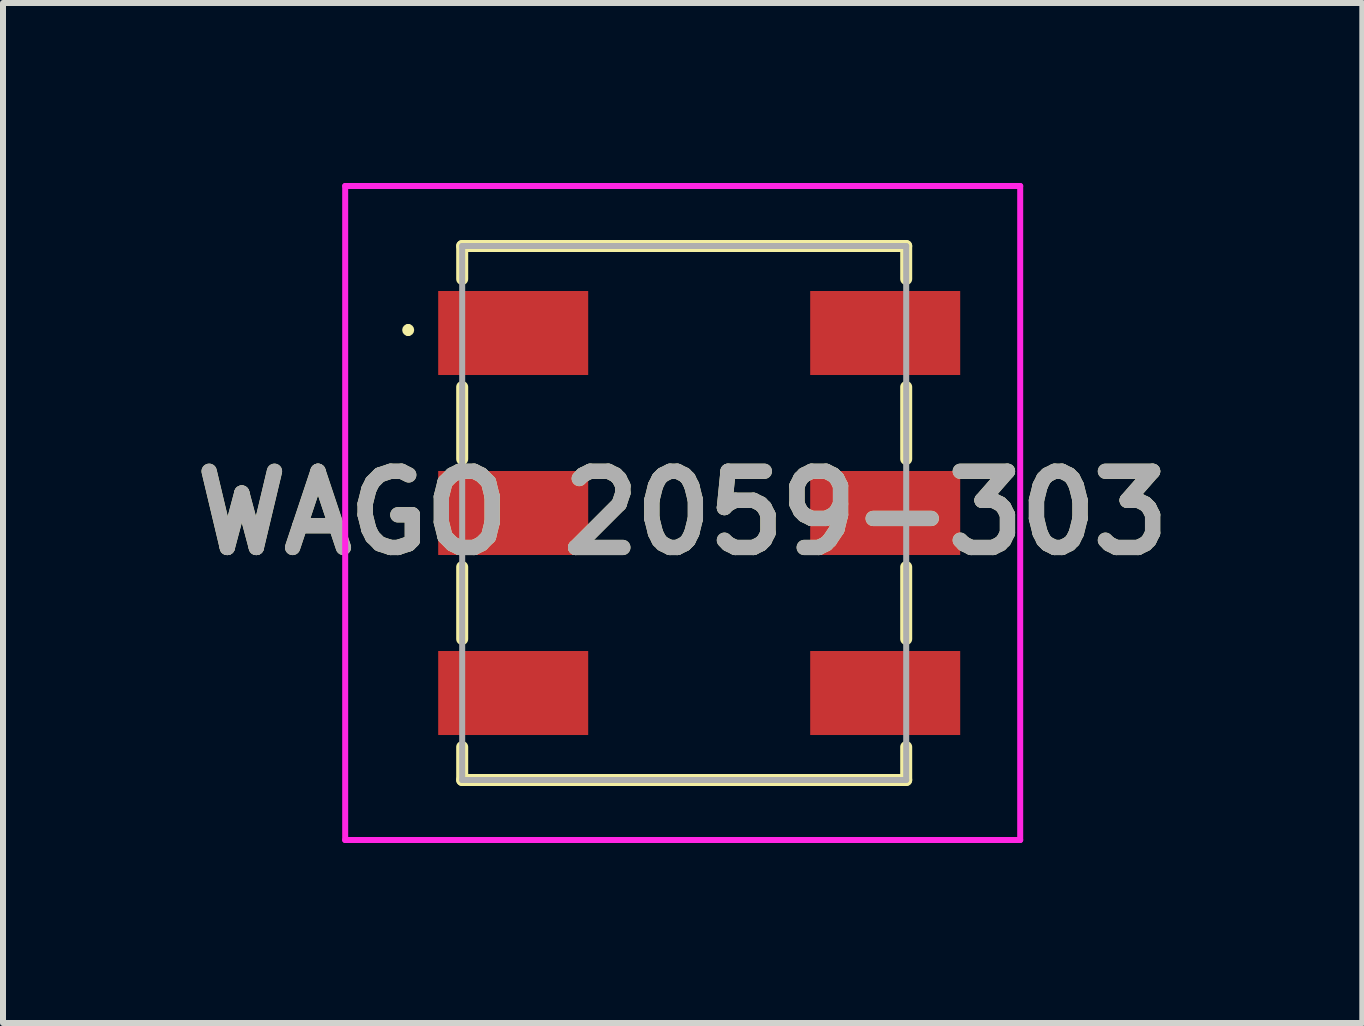
<source format=kicad_pcb>
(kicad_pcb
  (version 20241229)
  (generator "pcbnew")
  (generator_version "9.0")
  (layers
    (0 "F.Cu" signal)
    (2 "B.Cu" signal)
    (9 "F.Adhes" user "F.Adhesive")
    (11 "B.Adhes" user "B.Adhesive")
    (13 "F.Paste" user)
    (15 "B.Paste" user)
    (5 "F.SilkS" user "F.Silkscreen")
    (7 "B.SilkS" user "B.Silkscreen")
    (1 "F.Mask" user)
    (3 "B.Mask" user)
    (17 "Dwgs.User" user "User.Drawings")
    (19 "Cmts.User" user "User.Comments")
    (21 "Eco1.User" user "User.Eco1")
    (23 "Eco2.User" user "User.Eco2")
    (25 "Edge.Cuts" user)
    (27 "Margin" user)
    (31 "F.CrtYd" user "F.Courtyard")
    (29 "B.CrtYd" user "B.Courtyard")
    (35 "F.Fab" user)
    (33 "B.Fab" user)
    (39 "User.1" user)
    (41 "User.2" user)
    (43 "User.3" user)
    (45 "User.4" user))
  (footprint "WAGO 2059-303"
    (layer "F.Cu")
    (at 8.328 5.5)
    (property "Reference" "WAGO 2059-303" (at 0 0 0) (layer "F.SilkS") (effects (font (size 1.27 1.27) (thickness 0.254))))
    (attr smd)
    (fp_line (start -4.575 -3.1) (end -4.575 -3.1) (stroke (width 0.1) (type solid)) (layer "F.SilkS"))
    (fp_line (start -4.575 -3) (end -4.575 -3) (stroke (width 0.1) (type solid)) (layer "F.SilkS"))
    (fp_line (start -3.675 -4.45) (end 3.725 -4.45) (stroke (width 0.2) (type solid)) (layer "F.SilkS"))
    (fp_line (start -3.675 -3.9) (end -3.675 -4.45) (stroke (width 0.2) (type solid)) (layer "F.SilkS"))
    (fp_line (start -3.675 -2.1) (end -3.675 -0.9) (stroke (width 0.2) (type solid)) (layer "F.SilkS"))
    (fp_line (start -3.675 0.9) (end -3.675 2.1) (stroke (width 0.2) (type solid)) (layer "F.SilkS"))
    (fp_line (start -3.675 3.9) (end -3.675 4.45) (stroke (width 0.2) (type solid)) (layer "F.SilkS"))
    (fp_line (start -3.675 4.45) (end 3.725 4.45) (stroke (width 0.2) (type solid)) (layer "F.SilkS"))
    (fp_line (start 3.725 -4.45) (end 3.725 -3.9) (stroke (width 0.2) (type solid)) (layer "F.SilkS"))
    (fp_line (start 3.725 -2.1) (end 3.725 -0.9) (stroke (width 0.2) (type solid)) (layer "F.SilkS"))
    (fp_line (start 3.725 0.9) (end 3.725 2.1) (stroke (width 0.2) (type solid)) (layer "F.SilkS"))
    (fp_line (start 3.725 4.45) (end 3.725 3.9) (stroke (width 0.2) (type solid)) (layer "F.SilkS"))
    (fp_arc (start -4.575 -3.1) (mid -4.525 -3.05) (end -4.575 -3) (stroke (width 0.1) (type solid)) (layer "F.SilkS"))
    (fp_arc (start -4.575 -3) (mid -4.625 -3.05) (end -4.575 -3.1) (stroke (width 0.1) (type solid)) (layer "F.SilkS"))
    (fp_line (start -5.625 -5.45) (end 5.625 -5.45) (stroke (width 0.1) (type solid)) (layer "F.CrtYd"))
    (fp_line (start -5.625 5.45) (end -5.625 -5.45) (stroke (width 0.1) (type solid)) (layer "F.CrtYd"))
    (fp_line (start 5.625 -5.45) (end 5.625 5.45) (stroke (width 0.1) (type solid)) (layer "F.CrtYd"))
    (fp_line (start 5.625 5.45) (end -5.625 5.45) (stroke (width 0.1) (type solid)) (layer "F.CrtYd"))
    (fp_line (start -3.675 -4.45) (end 3.725 -4.45) (stroke (width 0.1) (type solid)) (layer "F.Fab"))
    (fp_line (start -3.675 4.45) (end -3.675 -4.45) (stroke (width 0.1) (type solid)) (layer "F.Fab"))
    (fp_line (start 3.725 -4.45) (end 3.725 4.45) (stroke (width 0.1) (type solid)) (layer "F.Fab"))
    (fp_line (start 3.725 4.45) (end -3.675 4.45) (stroke (width 0.1) (type solid)) (layer "F.Fab"))
    (fp_text user "${REFERENCE}" (at 0 0 0) (layer "F.Fab") (effects (font (size 1.27 1.27) (thickness 0.254))))
    (pad "1" smd rect (at -2.825 -3 90) (size 1.4 2.5) (layers "F.Cu" "F.Mask" "F.Paste"))
    (pad "1" smd rect (at 3.375 -3 90) (size 1.4 2.5) (layers "F.Cu" "F.Mask" "F.Paste"))
    (pad "2" smd rect (at -2.825 0 90) (size 1.4 2.5) (layers "F.Cu" "F.Mask" "F.Paste"))
    (pad "2" smd rect (at 3.375 0 90) (size 1.4 2.5) (layers "F.Cu" "F.Mask" "F.Paste"))
    (pad "3" smd rect (at -2.825 3 90) (size 1.4 2.5) (layers "F.Cu" "F.Mask" "F.Paste"))
    (pad "3" smd rect (at 3.375 3 90) (size 1.4 2.5) (layers "F.Cu" "F.Mask" "F.Paste")))
  (gr_rect
    (start -3 -3)
    (end 19.655 14)
    (stroke (width 0.1) (type default))
    (fill no)
    (layer "Edge.Cuts")))
</source>
